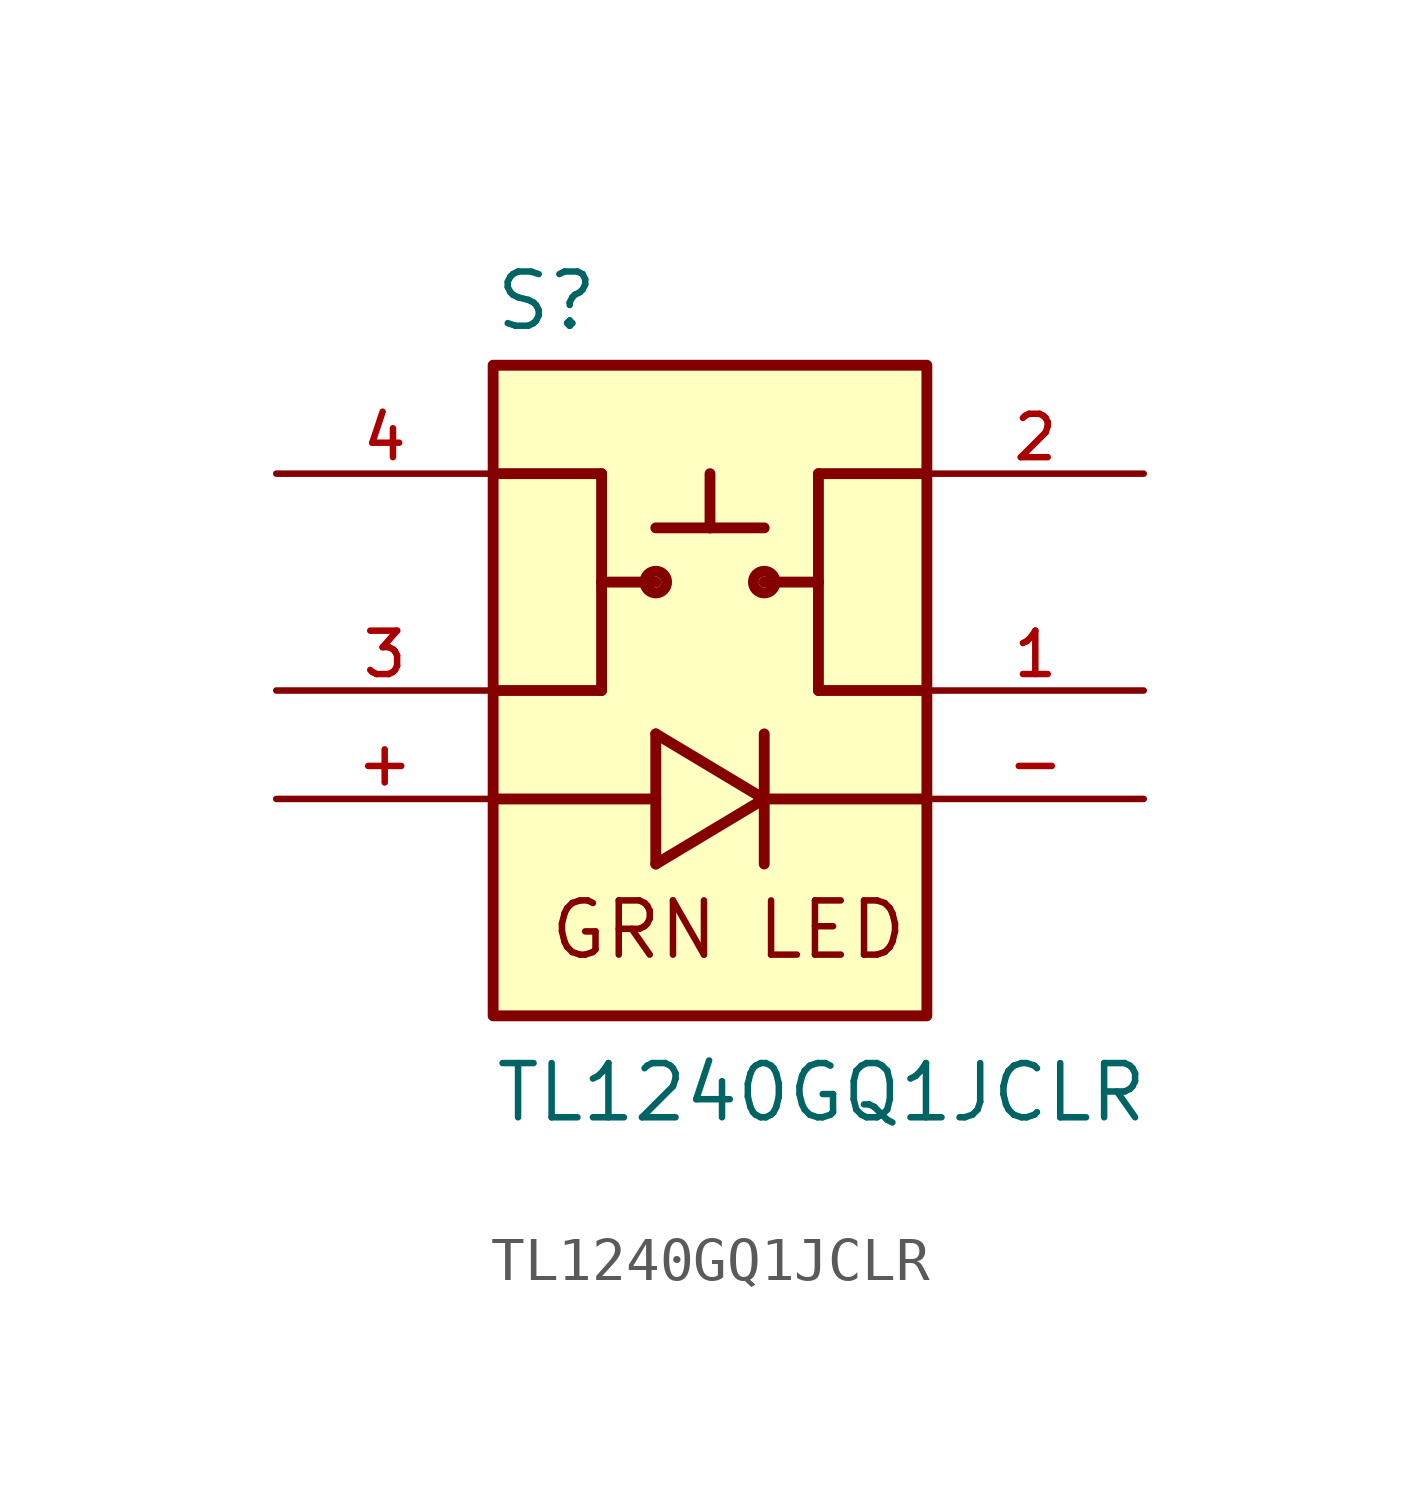
<source format=kicad_sym>
(kicad_symbol_lib
  (version 20211014)
  (generator kicad_symbol_editor)
  (symbol "TL1240GQ1JCLR"
    (pin_names
      (offset 1.016))
    (property "Reference" "S"
      (at -5.08 8.382 0)
      (effects (font (size 1.27 1.27)) (justify bottom left)))
    (property "Value" "TL1240GQ1JCLR"
      (at -5.08 -10.16 0)
      (effects (font (size 1.27 1.27)) (justify bottom left)))
    (symbol "TL1240GQ1JCLR_0_0"
      (polyline (pts (xy -2.54 0.0) (xy -2.54 2.54)) (stroke (width 0.254)))
      (polyline (pts (xy -2.54 2.54) (xy -2.54 5.08)) (stroke (width 0.254)))
      (polyline (pts (xy 2.54 0.0) (xy 2.54 2.54)) (stroke (width 0.254)))
      (polyline (pts (xy 2.54 2.54) (xy 2.54 5.08)) (stroke (width 0.254)))
      (polyline (pts (xy -2.54 2.54) (xy -1.27 2.54)) (stroke (width 0.254)))
      (polyline (pts (xy 1.27 2.54) (xy 2.54 2.54)) (stroke (width 0.254)))
      (circle (center -1.27 2.54) (radius 0.254) (stroke (width 0.254)) (fill (type none)))
      (circle (center 1.27 2.54) (radius 0.254) (stroke (width 0.254)) (fill (type none)))
      (polyline (pts (xy -1.27 3.81) (xy 0.0 3.81)) (stroke (width 0.254)))
      (polyline (pts (xy 0.0 3.81) (xy 1.27 3.81)) (stroke (width 0.254)))
      (polyline (pts (xy 0.0 3.81) (xy 0.0 5.08)) (stroke (width 0.254)))
      (polyline (pts (xy -1.27 -4.064) (xy -1.27 -1.016)) (stroke (width 0.254)))
      (polyline (pts (xy -1.27 -1.016) (xy 1.27 -2.54)) (stroke (width 0.254)))
      (polyline (pts (xy 1.27 -2.54) (xy -1.27 -4.064)) (stroke (width 0.254)))
      (polyline (pts (xy 1.27 -4.064) (xy 1.27 -2.54)) (stroke (width 0.254)))
      (polyline (pts (xy 1.27 -2.54) (xy 1.27 -1.016)) (stroke (width 0.254)))
      (polyline (pts (xy -5.08 -2.54) (xy -1.27 -2.54)) (stroke (width 0.254)))
      (polyline (pts (xy -5.08 0.0) (xy -2.54 0.0)) (stroke (width 0.254)))
      (polyline (pts (xy -5.08 5.08) (xy -2.54 5.08)) (stroke (width 0.254)))
      (polyline (pts (xy 2.54 0.0) (xy 5.08 0.0)) (stroke (width 0.254)))
      (polyline (pts (xy 2.54 5.08) (xy 5.08 5.08)) (stroke (width 0.254)))
      (polyline (pts (xy 5.08 -2.54) (xy 1.27 -2.54)) (stroke (width 0.254)))
      (text "GRN LED" (at -3.81 -6.35 0) (effects (font (size 1.27 1.27)) (justify bottom left)))
      (rectangle (start -5.08 -7.62) (end 5.08 7.62) (stroke (width 0.254)) (fill (type background)))
      (pin passive line (at 10.16 0.0 180.0) (length 5.08) (name "~" (effects (font (size 1.016 1.016)))) (number "1" (effects (font (size 1.016 1.016)))))
      (pin passive line (at 10.16 5.08 180.0) (length 5.08) (name "~" (effects (font (size 1.016 1.016)))) (number "2" (effects (font (size 1.016 1.016)))))
      (pin passive line (at -10.16 0.0 0) (length 5.08) (name "~" (effects (font (size 1.016 1.016)))) (number "3" (effects (font (size 1.016 1.016)))))
      (pin passive line (at -10.16 5.08 0) (length 5.08) (name "~" (effects (font (size 1.016 1.016)))) (number "4" (effects (font (size 1.016 1.016)))))
      (pin passive line (at -10.16 -2.54 0) (length 5.08) (name "~" (effects (font (size 1.016 1.016)))) (number "+" (effects (font (size 1.016 1.016)))))
      (pin passive line (at 10.16 -2.54 180.0) (length 5.08) (name "~" (effects (font (size 1.016 1.016)))) (number "-" (effects (font (size 1.016 1.016))))))))
</source>
